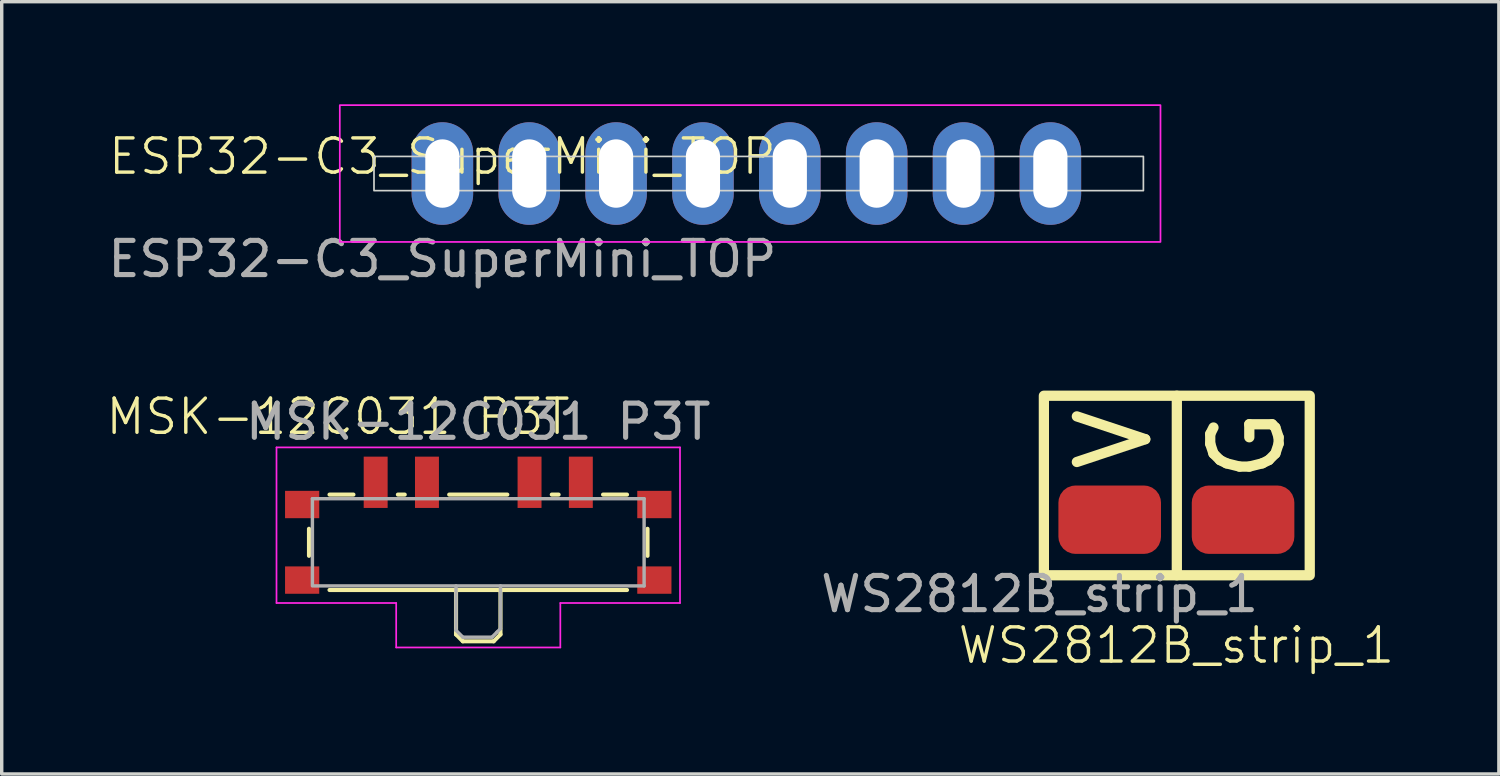
<source format=kicad_pcb>
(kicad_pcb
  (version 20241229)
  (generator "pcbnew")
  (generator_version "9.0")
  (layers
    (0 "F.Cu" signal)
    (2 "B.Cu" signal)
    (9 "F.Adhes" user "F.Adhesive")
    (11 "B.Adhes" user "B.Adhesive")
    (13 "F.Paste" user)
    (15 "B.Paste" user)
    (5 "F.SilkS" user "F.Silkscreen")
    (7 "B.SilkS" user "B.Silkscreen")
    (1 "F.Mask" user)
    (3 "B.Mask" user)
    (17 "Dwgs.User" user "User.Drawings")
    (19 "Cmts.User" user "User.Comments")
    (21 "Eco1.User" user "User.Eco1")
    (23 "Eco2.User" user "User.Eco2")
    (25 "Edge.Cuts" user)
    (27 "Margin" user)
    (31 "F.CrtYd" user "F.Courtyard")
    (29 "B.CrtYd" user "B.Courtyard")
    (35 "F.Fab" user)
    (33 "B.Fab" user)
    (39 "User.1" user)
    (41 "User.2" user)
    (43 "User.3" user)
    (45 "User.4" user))
  (footprint "WS2812B_strip_1"
    (layer "F.Cu")
    (at 31.352 11.823)
    (property "Reference" "WS2812B_strip_1" (at 0 4 0) (unlocked yes) (layer "F.SilkS") (effects (font (size 1 1) (thickness 0.1))))
    (attr smd)
    (fp_line (start 0.013 -3.3) (end 0.013 1.95) (stroke (width 0.3) (type default)) (layer "F.SilkS"))
    (fp_rect (start -3.875 -3.3) (end 3.9 1.95) (stroke (width 0.3) (type default)) (fill no) (layer "F.SilkS"))
    (fp_text user "V" (at -0.65 -0.975 90) (unlocked yes) (layer "F.SilkS") (effects (font (size 2 2) (thickness 0.3)) (justify left bottom)))
    (fp_text user "G" (at 3.25 -0.65 90) (unlocked yes) (layer "F.SilkS") (effects (font (size 2 2) (thickness 0.3)) (justify left bottom)))
    (fp_text user "${REFERENCE}" (at -4 2.5 0) (unlocked yes) (layer "F.Fab") (effects (font (size 1 1) (thickness 0.15))))
    (pad "1" smd roundrect (at -1.95 0.325 90) (size 2 3) (layers "F.Cu" "F.Mask" "F.Paste") (roundrect_rratio 0.25))
    (pad "3" smd roundrect (at 1.95 0.325 90) (size 2 3) (layers "F.Cu" "F.Mask" "F.Paste") (roundrect_rratio 0.25)))
  (footprint "ESP32-C3_SuperMini_TOP"
    (layer "F.Cu")
    (at 9.887 2.025)
    (property "Reference" "ESP32-C3_SuperMini_TOP" (at 0 -0.5 0) (unlocked yes) (layer "F.SilkS") (effects (font (size 1 1) (thickness 0.1))))
    (attr through_hole)
    (fp_rect (start -2 -0.5) (end 20.5 0.5) (stroke (width 0.05) (type default)) (fill no) (layer "Edge.Cuts"))
    (fp_rect (start -3 -2) (end 21 2) (stroke (width 0.05) (type default)) (fill no) (layer "F.CrtYd"))
    (fp_text user "${REFERENCE}" (at 0 2.5 0) (unlocked yes) (layer "F.Fab") (effects (font (size 1 1) (thickness 0.15))))
    (pad "1" thru_hole oval (at 0 0) (size 1.8 3) (drill oval 1 2) (layers "*.Cu" "*.Mask"))
    (pad "2" thru_hole oval (at 2.54 0) (size 1.8 3) (drill oval 1 2) (layers "*.Cu" "*.Mask"))
    (pad "3" thru_hole oval (at 5.08 0) (size 1.8 3) (drill oval 1 2) (layers "*.Cu" "*.Mask"))
    (pad "4" thru_hole oval (at 7.62 0) (size 1.8 3) (drill oval 1 2) (layers "*.Cu" "*.Mask"))
    (pad "5" thru_hole oval (at 10.16 0) (size 1.8 3) (drill oval 1 2) (layers "*.Cu" "*.Mask"))
    (pad "6" thru_hole oval (at 12.7 0) (size 1.8 3) (drill oval 1 2) (layers "*.Cu" "*.Mask"))
    (pad "7" thru_hole oval (at 15.24 0) (size 1.8 3) (drill oval 1 2) (layers "*.Cu" "*.Mask"))
    (pad "8" thru_hole oval (at 17.78 0) (size 1.8 3) (drill oval 1 2) (layers "*.Cu" "*.Mask")))
  (footprint "MSK-12C031 P3T"
    (layer "F.Cu")
    (at 11.086 15.634)
    (property "Reference" "MSK-12C031 P3T" (at -4.25 -6.5 0) (unlocked yes) (layer "F.SilkS") (effects (font (size 1 1) (thickness 0.1))))
    (attr smd)
    (fp_line (start -5.1 -3.22) (end -5.1 -2.43) (stroke (width 0.12) (type solid)) (layer "F.SilkS"))
    (fp_line (start -4.5 -4.22) (end -3.8 -4.22) (stroke (width 0.12) (type solid)) (layer "F.SilkS"))
    (fp_line (start -4.5 -1.43) (end 4.2 -1.43) (stroke (width 0.12) (type solid)) (layer "F.SilkS"))
    (fp_line (start -2.5 -4.22) (end -2.3 -4.22) (stroke (width 0.12) (type solid)) (layer "F.SilkS"))
    (fp_line (start -1 -4.22) (end 0.7 -4.22) (stroke (width 0.12) (type solid)) (layer "F.SilkS"))
    (fp_line (start -0.8 -1.43) (end -0.8 -0.13) (stroke (width 0.12) (type solid)) (layer "F.SilkS"))
    (fp_line (start -0.8 -0.13) (end -0.6 0.07) (stroke (width 0.12) (type solid)) (layer "F.SilkS"))
    (fp_line (start 0.3 0.07) (end -0.6 0.07) (stroke (width 0.12) (type solid)) (layer "F.SilkS"))
    (fp_line (start 0.5 -0.13) (end 0.3 0.07) (stroke (width 0.12) (type solid)) (layer "F.SilkS"))
    (fp_line (start 0.5 -0.13) (end 0.5 -1.43) (stroke (width 0.12) (type solid)) (layer "F.SilkS"))
    (fp_line (start 2 -4.22) (end 2.2 -4.22) (stroke (width 0.12) (type solid)) (layer "F.SilkS"))
    (fp_line (start 3.5 -4.22) (end 4.2 -4.22) (stroke (width 0.12) (type solid)) (layer "F.SilkS"))
    (fp_line (start 4.8 -2.43) (end 4.8 -3.22) (stroke (width 0.12) (type solid)) (layer "F.SilkS"))
    (fp_line (start -6.05 -5.6) (end 5.75 -5.6) (stroke (width 0.05) (type solid)) (layer "F.CrtYd"))
    (fp_line (start -6.05 -1.05) (end -6.05 -5.6) (stroke (width 0.05) (type solid)) (layer "F.CrtYd"))
    (fp_line (start -2.55 -1.05) (end -6.05 -1.05) (stroke (width 0.05) (type solid)) (layer "F.CrtYd"))
    (fp_line (start -2.55 0.25) (end -2.55 -1.05) (stroke (width 0.05) (type solid)) (layer "F.CrtYd"))
    (fp_line (start 2.25 -1.05) (end 2.25 0.25) (stroke (width 0.05) (type solid)) (layer "F.CrtYd"))
    (fp_line (start 2.25 0.25) (end -2.55 0.25) (stroke (width 0.05) (type solid)) (layer "F.CrtYd"))
    (fp_line (start 5.75 -5.6) (end 5.75 -1.05) (stroke (width 0.05) (type solid)) (layer "F.CrtYd"))
    (fp_line (start 5.75 -1.05) (end 2.25 -1.05) (stroke (width 0.05) (type solid)) (layer "F.CrtYd"))
    (fp_line (start -5 -4.1) (end 4.7 -4.1) (stroke (width 0.1) (type solid)) (layer "F.Fab"))
    (fp_line (start -5 -1.55) (end -5 -4.1) (stroke (width 0.1) (type solid)) (layer "F.Fab"))
    (fp_line (start -0.8 -1.55) (end -0.8 -0.25) (stroke (width 0.1) (type solid)) (layer "F.Fab"))
    (fp_line (start -0.8 -0.25) (end -0.6 -0.05) (stroke (width 0.1) (type solid)) (layer "F.Fab"))
    (fp_line (start -0.6 -0.05) (end 0.25 -0.05) (stroke (width 0.1) (type solid)) (layer "F.Fab"))
    (fp_line (start 0.25 -0.05) (end 0.4 -0.2) (stroke (width 0.1) (type solid)) (layer "F.Fab"))
    (fp_line (start 0.4 -0.2) (end 0.5 -0.3) (stroke (width 0.1) (type solid)) (layer "F.Fab"))
    (fp_line (start 0.5 -0.3) (end 0.5 -1.55) (stroke (width 0.1) (type solid)) (layer "F.Fab"))
    (fp_line (start 4.7 -4.1) (end 4.7 -1.55) (stroke (width 0.1) (type solid)) (layer "F.Fab"))
    (fp_line (start 4.7 -1.55) (end -4.95 -1.55) (stroke (width 0.1) (type solid)) (layer "F.Fab"))
    (fp_text user "${REFERENCE}" (at -0.15 -6.35 0) (layer "F.Fab") (effects (font (size 1 1) (thickness 0.15))))
    (pad "1" smd rect (at -3.15 -4.58) (size 0.7 1.5) (layers "F.Cu" "F.Mask" "F.Paste"))
    (pad "2" smd rect (at -1.65 -4.58) (size 0.7 1.5) (layers "F.Cu" "F.Mask" "F.Paste"))
    (pad "3" smd rect (at 1.35 -4.58) (size 0.7 1.5) (layers "F.Cu" "F.Mask" "F.Paste"))
    (pad "4" smd rect (at 2.85 -4.58) (size 0.7 1.5) (layers "F.Cu" "F.Mask" "F.Paste"))
    (pad "SH" smd rect (at -5.3 -3.93) (size 1 0.8) (layers "F.Cu" "F.Mask" "F.Paste"))
    (pad "SH" smd rect (at -5.3 -1.72) (size 1 0.8) (layers "F.Cu" "F.Mask" "F.Paste"))
    (pad "SH" smd rect (at 5 -3.93) (size 1 0.8) (layers "F.Cu" "F.Mask" "F.Paste"))
    (pad "SH" smd rect (at 5 -1.72) (size 1 0.8) (layers "F.Cu" "F.Mask" "F.Paste")))
  (gr_rect
    (start -3 -3)
    (end 40.783 19.584)
    (stroke (width 0.1) (type default))
    (fill no)
    (layer "Edge.Cuts")))
</source>
